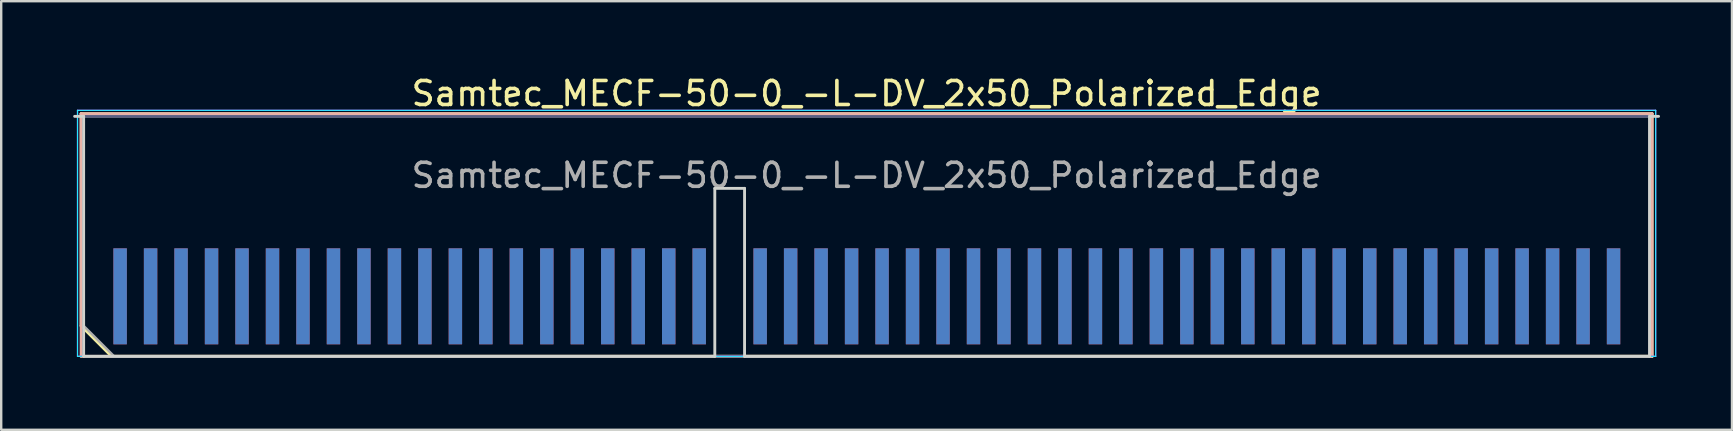
<source format=kicad_pcb>
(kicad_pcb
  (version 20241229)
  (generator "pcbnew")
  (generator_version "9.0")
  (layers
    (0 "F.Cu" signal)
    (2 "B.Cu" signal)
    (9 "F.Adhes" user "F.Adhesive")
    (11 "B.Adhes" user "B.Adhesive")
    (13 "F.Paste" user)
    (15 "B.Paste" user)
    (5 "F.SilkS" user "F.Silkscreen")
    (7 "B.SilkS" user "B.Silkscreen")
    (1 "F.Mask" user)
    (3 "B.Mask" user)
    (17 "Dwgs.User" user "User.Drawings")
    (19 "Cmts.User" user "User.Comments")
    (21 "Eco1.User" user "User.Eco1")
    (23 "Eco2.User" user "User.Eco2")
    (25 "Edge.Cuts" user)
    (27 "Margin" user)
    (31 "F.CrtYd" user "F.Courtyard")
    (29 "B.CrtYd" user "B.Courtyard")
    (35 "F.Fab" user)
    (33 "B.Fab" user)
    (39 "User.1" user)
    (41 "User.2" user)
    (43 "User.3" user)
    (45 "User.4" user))
  (footprint "Samtec_MECF-50-0_-L-DV_2x50_Polarized_Edge"
    (layer "F.Cu")
    (at 33.06 6.798)
    (property "Reference" "Samtec_MECF-50-0_-L-DV_2x50_Polarized_Edge" (at 0 -5.95 0) (layer "F.SilkS") (effects (font (size 1 1) (thickness 0.15))))
    (attr exclude_from_pos_files exclude_from_bom)
    (fp_line (start -32.73 -5.11) (end 32.73 -5.11) (stroke (width 0.12) (type solid)) (layer "F.SilkS"))
    (fp_line (start -32.73 3.73) (end -32.73 -5.11) (stroke (width 0.12) (type solid)) (layer "F.SilkS"))
    (fp_line (start -31.46 5) (end -32.73 3.73) (stroke (width 0.12) (type solid)) (layer "F.SilkS"))
    (fp_line (start -31.46 5) (end 32.73 5) (stroke (width 0.12) (type solid)) (layer "F.SilkS"))
    (fp_line (start 32.73 5) (end 32.73 -5.11) (stroke (width 0.12) (type solid)) (layer "F.SilkS"))
    (fp_line (start -32.73 -5.11) (end 32.73 -5.11) (stroke (width 0.12) (type solid)) (layer "B.SilkS"))
    (fp_line (start -32.73 5) (end -32.73 -5.11) (stroke (width 0.12) (type solid)) (layer "B.SilkS"))
    (fp_line (start -32.73 5) (end 32.73 5) (stroke (width 0.12) (type solid)) (layer "B.SilkS"))
    (fp_line (start 32.73 5) (end 32.73 -5.11) (stroke (width 0.12) (type solid)) (layer "B.SilkS"))
    (fp_line (start -33 -5) (end -32.625 -5) (stroke (width 0.12) (type solid)) (layer "Edge.Cuts"))
    (fp_line (start -32.625 5) (end -32.625 -5) (stroke (width 0.12) (type solid)) (layer "Edge.Cuts"))
    (fp_line (start -32.625 5) (end -6.325 5) (stroke (width 0.12) (type solid)) (layer "Edge.Cuts"))
    (fp_line (start -6.325 -2) (end -5.085 -2) (stroke (width 0.12) (type solid)) (layer "Edge.Cuts"))
    (fp_line (start -6.325 5) (end -6.325 -2) (stroke (width 0.12) (type solid)) (layer "Edge.Cuts"))
    (fp_line (start -5.085 5) (end -5.085 -2) (stroke (width 0.12) (type solid)) (layer "Edge.Cuts"))
    (fp_line (start -5.085 5) (end 32.625 5) (stroke (width 0.12) (type solid)) (layer "Edge.Cuts"))
    (fp_line (start 32.625 5) (end 32.625 -5) (stroke (width 0.12) (type solid)) (layer "Edge.Cuts"))
    (fp_line (start 33 -5) (end 32.625 -5) (stroke (width 0.12) (type solid)) (layer "Edge.Cuts"))
    (fp_line (start -32.88 -5.25) (end -32.88 5) (stroke (width 0.05) (type solid)) (layer "B.CrtYd"))
    (fp_line (start -32.88 5) (end 32.88 5) (stroke (width 0.05) (type solid)) (layer "B.CrtYd"))
    (fp_line (start 32.88 -5.25) (end -32.88 -5.25) (stroke (width 0.05) (type solid)) (layer "B.CrtYd"))
    (fp_line (start 32.88 5) (end 32.88 -5.25) (stroke (width 0.05) (type solid)) (layer "B.CrtYd"))
    (fp_line (start -32.88 -5.25) (end -32.88 5) (stroke (width 0.05) (type solid)) (layer "F.CrtYd"))
    (fp_line (start -32.88 5) (end 32.88 5) (stroke (width 0.05) (type solid)) (layer "F.CrtYd"))
    (fp_line (start 32.88 -5.25) (end -32.88 -5.25) (stroke (width 0.05) (type solid)) (layer "F.CrtYd"))
    (fp_line (start 32.88 5) (end 32.88 -5.25) (stroke (width 0.05) (type solid)) (layer "F.CrtYd"))
    (fp_line (start -32.625 -5) (end 32.625 -5) (stroke (width 0.1) (type solid)) (layer "B.Fab"))
    (fp_line (start -32.625 5) (end -32.625 -5) (stroke (width 0.1) (type solid)) (layer "B.Fab"))
    (fp_line (start -32.625 5) (end 32.625 5) (stroke (width 0.1) (type solid)) (layer "B.Fab"))
    (fp_line (start 32.625 5) (end 32.625 -5) (stroke (width 0.1) (type solid)) (layer "B.Fab"))
    (fp_line (start -32.625 -5) (end 32.625 -5) (stroke (width 0.1) (type solid)) (layer "F.Fab"))
    (fp_line (start -32.625 3.73) (end -32.625 -5) (stroke (width 0.1) (type solid)) (layer "F.Fab"))
    (fp_line (start -32.625 3.73) (end -31.355 5) (stroke (width 0.1) (type solid)) (layer "F.Fab"))
    (fp_line (start -31.355 5) (end 32.625 5) (stroke (width 0.1) (type solid)) (layer "F.Fab"))
    (fp_line (start 32.625 5) (end 32.625 -5) (stroke (width 0.1) (type solid)) (layer "F.Fab"))
    (fp_text user "${REFERENCE}" (at 0 -2.54 0) (layer "F.Fab") (effects (font (size 1 1) (thickness 0.15))))
    (pad "1" smd rect (at -31.105 2.5) (size 0.56 4) (layers "F.Cu" "F.Mask" "F.Paste"))
    (pad "2" smd rect (at -31.105 2.5) (size 0.56 4) (layers "B.Cu" "B.Mask" "B.Paste"))
    (pad "3" smd rect (at -29.835 2.5) (size 0.56 4) (layers "F.Cu" "F.Mask" "F.Paste"))
    (pad "4" smd rect (at -29.835 2.5) (size 0.56 4) (layers "B.Cu" "B.Mask" "B.Paste"))
    (pad "5" smd rect (at -28.565 2.5) (size 0.56 4) (layers "F.Cu" "F.Mask" "F.Paste"))
    (pad "6" smd rect (at -28.565 2.5) (size 0.56 4) (layers "B.Cu" "B.Mask" "B.Paste"))
    (pad "7" smd rect (at -27.295 2.5) (size 0.56 4) (layers "F.Cu" "F.Mask" "F.Paste"))
    (pad "8" smd rect (at -27.295 2.5) (size 0.56 4) (layers "B.Cu" "B.Mask" "B.Paste"))
    (pad "9" smd rect (at -26.025 2.5) (size 0.56 4) (layers "F.Cu" "F.Mask" "F.Paste"))
    (pad "10" smd rect (at -26.025 2.5) (size 0.56 4) (layers "B.Cu" "B.Mask" "B.Paste"))
    (pad "11" smd rect (at -24.755 2.5) (size 0.56 4) (layers "F.Cu" "F.Mask" "F.Paste"))
    (pad "12" smd rect (at -24.755 2.5) (size 0.56 4) (layers "B.Cu" "B.Mask" "B.Paste"))
    (pad "13" smd rect (at -23.485 2.5) (size 0.56 4) (layers "F.Cu" "F.Mask" "F.Paste"))
    (pad "14" smd rect (at -23.485 2.5) (size 0.56 4) (layers "B.Cu" "B.Mask" "B.Paste"))
    (pad "15" smd rect (at -22.215 2.5) (size 0.56 4) (layers "F.Cu" "F.Mask" "F.Paste"))
    (pad "16" smd rect (at -22.215 2.5) (size 0.56 4) (layers "B.Cu" "B.Mask" "B.Paste"))
    (pad "17" smd rect (at -20.945 2.5) (size 0.56 4) (layers "F.Cu" "F.Mask" "F.Paste"))
    (pad "18" smd rect (at -20.945 2.5) (size 0.56 4) (layers "B.Cu" "B.Mask" "B.Paste"))
    (pad "19" smd rect (at -19.675 2.5) (size 0.56 4) (layers "F.Cu" "F.Mask" "F.Paste"))
    (pad "20" smd rect (at -19.675 2.5) (size 0.56 4) (layers "B.Cu" "B.Mask" "B.Paste"))
    (pad "21" smd rect (at -18.405 2.5) (size 0.56 4) (layers "F.Cu" "F.Mask" "F.Paste"))
    (pad "22" smd rect (at -18.405 2.5) (size 0.56 4) (layers "B.Cu" "B.Mask" "B.Paste"))
    (pad "23" smd rect (at -17.135 2.5) (size 0.56 4) (layers "F.Cu" "F.Mask" "F.Paste"))
    (pad "24" smd rect (at -17.135 2.5) (size 0.56 4) (layers "B.Cu" "B.Mask" "B.Paste"))
    (pad "25" smd rect (at -15.865 2.5) (size 0.56 4) (layers "F.Cu" "F.Mask" "F.Paste"))
    (pad "26" smd rect (at -15.865 2.5) (size 0.56 4) (layers "B.Cu" "B.Mask" "B.Paste"))
    (pad "27" smd rect (at -14.595 2.5) (size 0.56 4) (layers "F.Cu" "F.Mask" "F.Paste"))
    (pad "28" smd rect (at -14.595 2.5) (size 0.56 4) (layers "B.Cu" "B.Mask" "B.Paste"))
    (pad "29" smd rect (at -13.325 2.5) (size 0.56 4) (layers "F.Cu" "F.Mask" "F.Paste"))
    (pad "30" smd rect (at -13.325 2.5) (size 0.56 4) (layers "B.Cu" "B.Mask" "B.Paste"))
    (pad "31" smd rect (at -12.055 2.5) (size 0.56 4) (layers "F.Cu" "F.Mask" "F.Paste"))
    (pad "32" smd rect (at -12.055 2.5) (size 0.56 4) (layers "B.Cu" "B.Mask" "B.Paste"))
    (pad "33" smd rect (at -10.785 2.5) (size 0.56 4) (layers "F.Cu" "F.Mask" "F.Paste"))
    (pad "34" smd rect (at -10.785 2.5) (size 0.56 4) (layers "B.Cu" "B.Mask" "B.Paste"))
    (pad "35" smd rect (at -9.515 2.5) (size 0.56 4) (layers "F.Cu" "F.Mask" "F.Paste"))
    (pad "36" smd rect (at -9.515 2.5) (size 0.56 4) (layers "B.Cu" "B.Mask" "B.Paste"))
    (pad "37" smd rect (at -8.245 2.5) (size 0.56 4) (layers "F.Cu" "F.Mask" "F.Paste"))
    (pad "38" smd rect (at -8.245 2.5) (size 0.56 4) (layers "B.Cu" "B.Mask" "B.Paste"))
    (pad "39" smd rect (at -6.975 2.5) (size 0.56 4) (layers "F.Cu" "F.Mask" "F.Paste"))
    (pad "40" smd rect (at -6.975 2.5) (size 0.56 4) (layers "B.Cu" "B.Mask" "B.Paste"))
    (pad "43" smd rect (at -4.435 2.5) (size 0.56 4) (layers "F.Cu" "F.Mask" "F.Paste"))
    (pad "44" smd rect (at -4.435 2.5) (size 0.56 4) (layers "B.Cu" "B.Mask" "B.Paste"))
    (pad "45" smd rect (at -3.165 2.5) (size 0.56 4) (layers "F.Cu" "F.Mask" "F.Paste"))
    (pad "46" smd rect (at -3.165 2.5) (size 0.56 4) (layers "B.Cu" "B.Mask" "B.Paste"))
    (pad "47" smd rect (at -1.895 2.5) (size 0.56 4) (layers "F.Cu" "F.Mask" "F.Paste"))
    (pad "48" smd rect (at -1.895 2.5) (size 0.56 4) (layers "B.Cu" "B.Mask" "B.Paste"))
    (pad "49" smd rect (at -0.625 2.5) (size 0.56 4) (layers "F.Cu" "F.Mask" "F.Paste"))
    (pad "50" smd rect (at -0.625 2.5) (size 0.56 4) (layers "B.Cu" "B.Mask" "B.Paste"))
    (pad "51" smd rect (at 0.645 2.5) (size 0.56 4) (layers "F.Cu" "F.Mask" "F.Paste"))
    (pad "52" smd rect (at 0.645 2.5) (size 0.56 4) (layers "B.Cu" "B.Mask" "B.Paste"))
    (pad "53" smd rect (at 1.915 2.5) (size 0.56 4) (layers "F.Cu" "F.Mask" "F.Paste"))
    (pad "54" smd rect (at 1.915 2.5) (size 0.56 4) (layers "B.Cu" "B.Mask" "B.Paste"))
    (pad "55" smd rect (at 3.185 2.5) (size 0.56 4) (layers "F.Cu" "F.Mask" "F.Paste"))
    (pad "56" smd rect (at 3.185 2.5) (size 0.56 4) (layers "B.Cu" "B.Mask" "B.Paste"))
    (pad "57" smd rect (at 4.455 2.5) (size 0.56 4) (layers "F.Cu" "F.Mask" "F.Paste"))
    (pad "58" smd rect (at 4.455 2.5) (size 0.56 4) (layers "B.Cu" "B.Mask" "B.Paste"))
    (pad "59" smd rect (at 5.725 2.5) (size 0.56 4) (layers "F.Cu" "F.Mask" "F.Paste"))
    (pad "60" smd rect (at 5.725 2.5) (size 0.56 4) (layers "B.Cu" "B.Mask" "B.Paste"))
    (pad "61" smd rect (at 6.995 2.5) (size 0.56 4) (layers "F.Cu" "F.Mask" "F.Paste"))
    (pad "62" smd rect (at 6.995 2.5) (size 0.56 4) (layers "B.Cu" "B.Mask" "B.Paste"))
    (pad "63" smd rect (at 8.265 2.5) (size 0.56 4) (layers "F.Cu" "F.Mask" "F.Paste"))
    (pad "64" smd rect (at 8.265 2.5) (size 0.56 4) (layers "B.Cu" "B.Mask" "B.Paste"))
    (pad "65" smd rect (at 9.535 2.5) (size 0.56 4) (layers "F.Cu" "F.Mask" "F.Paste"))
    (pad "66" smd rect (at 9.535 2.5) (size 0.56 4) (layers "B.Cu" "B.Mask" "B.Paste"))
    (pad "67" smd rect (at 10.805 2.5) (size 0.56 4) (layers "F.Cu" "F.Mask" "F.Paste"))
    (pad "68" smd rect (at 10.805 2.5) (size 0.56 4) (layers "B.Cu" "B.Mask" "B.Paste"))
    (pad "69" smd rect (at 12.075 2.5) (size 0.56 4) (layers "F.Cu" "F.Mask" "F.Paste"))
    (pad "70" smd rect (at 12.075 2.5) (size 0.56 4) (layers "B.Cu" "B.Mask" "B.Paste"))
    (pad "71" smd rect (at 13.345 2.5) (size 0.56 4) (layers "F.Cu" "F.Mask" "F.Paste"))
    (pad "72" smd rect (at 13.345 2.5) (size 0.56 4) (layers "B.Cu" "B.Mask" "B.Paste"))
    (pad "73" smd rect (at 14.615 2.5) (size 0.56 4) (layers "F.Cu" "F.Mask" "F.Paste"))
    (pad "74" smd rect (at 14.615 2.5) (size 0.56 4) (layers "B.Cu" "B.Mask" "B.Paste"))
    (pad "75" smd rect (at 15.885 2.5) (size 0.56 4) (layers "F.Cu" "F.Mask" "F.Paste"))
    (pad "76" smd rect (at 15.885 2.5) (size 0.56 4) (layers "B.Cu" "B.Mask" "B.Paste"))
    (pad "77" smd rect (at 17.155 2.5) (size 0.56 4) (layers "F.Cu" "F.Mask" "F.Paste"))
    (pad "78" smd rect (at 17.155 2.5) (size 0.56 4) (layers "B.Cu" "B.Mask" "B.Paste"))
    (pad "79" smd rect (at 18.425 2.5) (size 0.56 4) (layers "F.Cu" "F.Mask" "F.Paste"))
    (pad "80" smd rect (at 18.425 2.5) (size 0.56 4) (layers "B.Cu" "B.Mask" "B.Paste"))
    (pad "81" smd rect (at 19.695 2.5) (size 0.56 4) (layers "F.Cu" "F.Mask" "F.Paste"))
    (pad "82" smd rect (at 19.695 2.5) (size 0.56 4) (layers "B.Cu" "B.Mask" "B.Paste"))
    (pad "83" smd rect (at 20.965 2.5) (size 0.56 4) (layers "F.Cu" "F.Mask" "F.Paste"))
    (pad "84" smd rect (at 20.965 2.5) (size 0.56 4) (layers "B.Cu" "B.Mask" "B.Paste"))
    (pad "85" smd rect (at 22.235 2.5) (size 0.56 4) (layers "F.Cu" "F.Mask" "F.Paste"))
    (pad "86" smd rect (at 22.235 2.5) (size 0.56 4) (layers "B.Cu" "B.Mask" "B.Paste"))
    (pad "87" smd rect (at 23.505 2.5) (size 0.56 4) (layers "F.Cu" "F.Mask" "F.Paste"))
    (pad "88" smd rect (at 23.505 2.5) (size 0.56 4) (layers "B.Cu" "B.Mask" "B.Paste"))
    (pad "89" smd rect (at 24.775 2.5) (size 0.56 4) (layers "F.Cu" "F.Mask" "F.Paste"))
    (pad "90" smd rect (at 24.775 2.5) (size 0.56 4) (layers "B.Cu" "B.Mask" "B.Paste"))
    (pad "91" smd rect (at 26.045 2.5) (size 0.56 4) (layers "F.Cu" "F.Mask" "F.Paste"))
    (pad "92" smd rect (at 26.045 2.5) (size 0.56 4) (layers "B.Cu" "B.Mask" "B.Paste"))
    (pad "93" smd rect (at 27.315 2.5) (size 0.56 4) (layers "F.Cu" "F.Mask" "F.Paste"))
    (pad "94" smd rect (at 27.315 2.5) (size 0.56 4) (layers "B.Cu" "B.Mask" "B.Paste"))
    (pad "95" smd rect (at 28.585 2.5) (size 0.56 4) (layers "F.Cu" "F.Mask" "F.Paste"))
    (pad "96" smd rect (at 28.585 2.5) (size 0.56 4) (layers "B.Cu" "B.Mask" "B.Paste"))
    (pad "97" smd rect (at 29.855 2.5) (size 0.56 4) (layers "F.Cu" "F.Mask" "F.Paste"))
    (pad "98" smd rect (at 29.855 2.5) (size 0.56 4) (layers "B.Cu" "B.Mask" "B.Paste"))
    (pad "99" smd rect (at 31.125 2.5) (size 0.56 4) (layers "F.Cu" "F.Mask" "F.Paste"))
    (pad "100" smd rect (at 31.125 2.5) (size 0.56 4) (layers "B.Cu" "B.Mask" "B.Paste")))
  (gr_rect
    (start -3 -3)
    (end 69.12 14.858)
    (stroke (width 0.1) (type default))
    (fill no)
    (layer "Edge.Cuts")))
</source>
